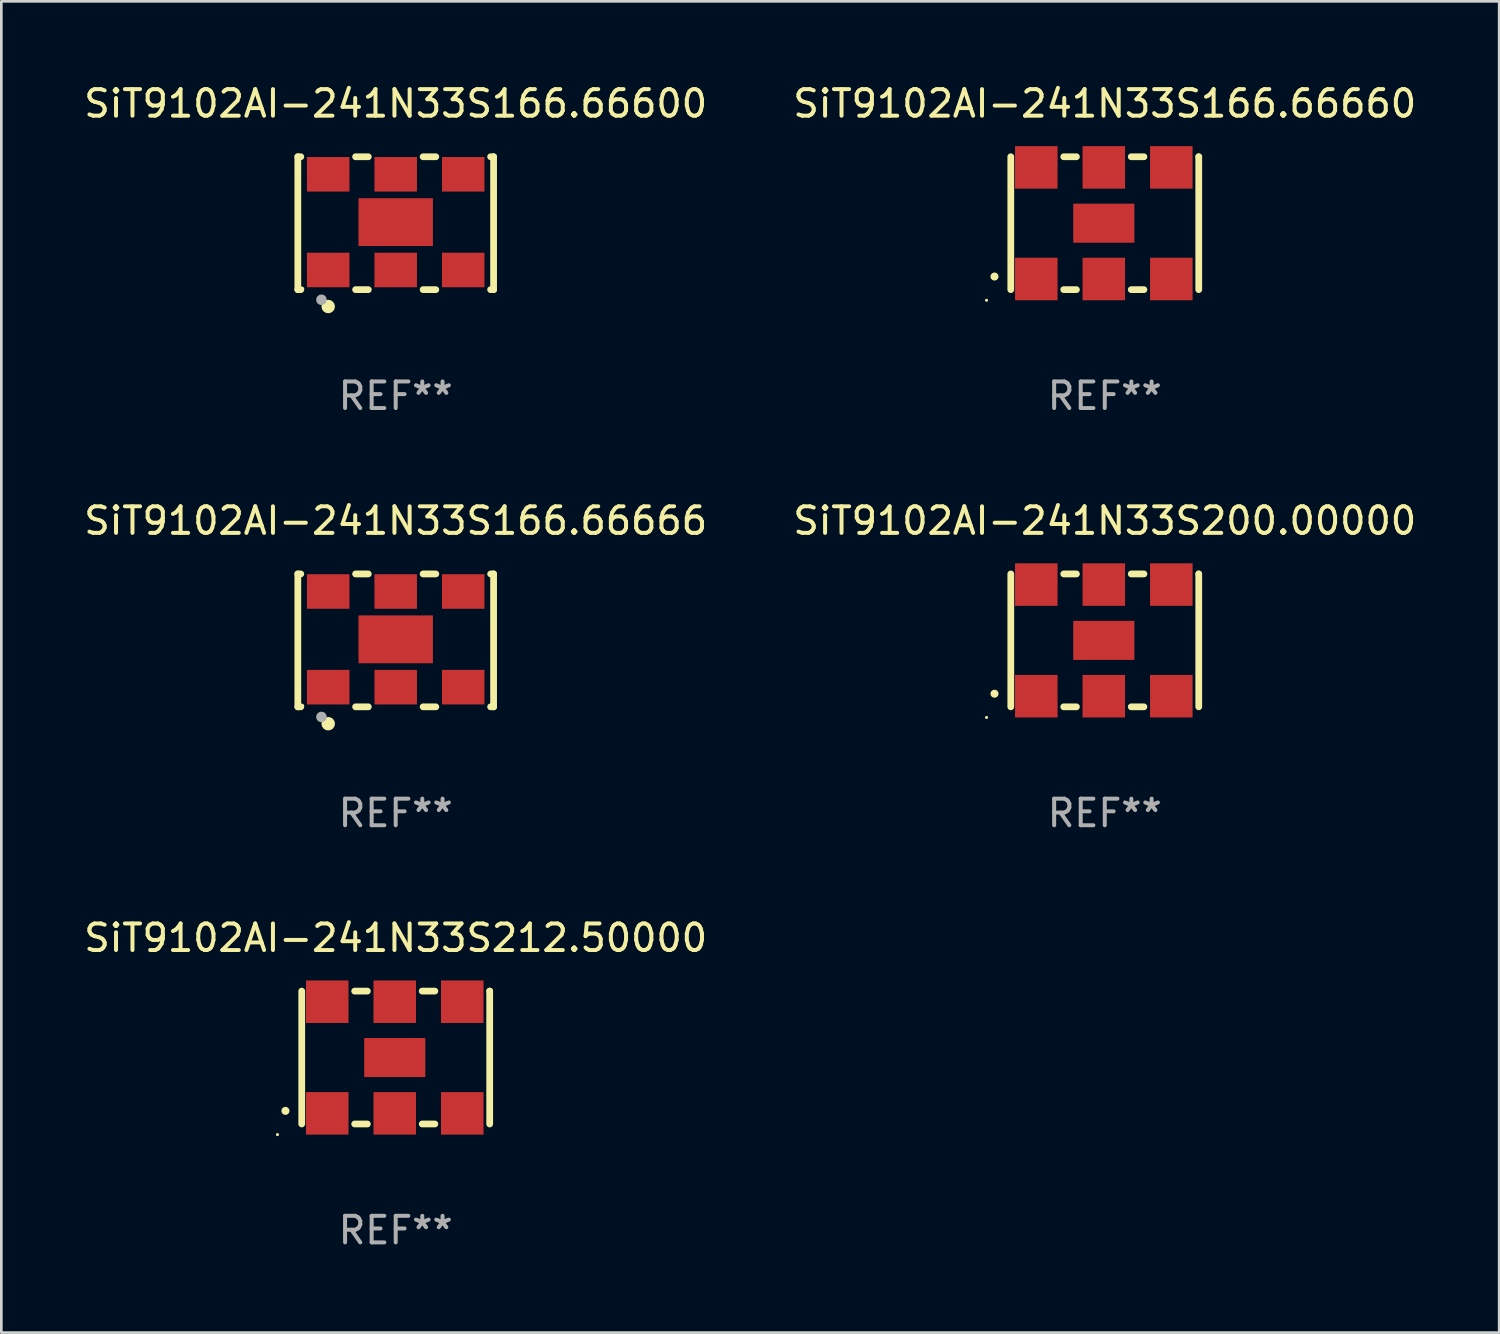
<source format=kicad_pcb>
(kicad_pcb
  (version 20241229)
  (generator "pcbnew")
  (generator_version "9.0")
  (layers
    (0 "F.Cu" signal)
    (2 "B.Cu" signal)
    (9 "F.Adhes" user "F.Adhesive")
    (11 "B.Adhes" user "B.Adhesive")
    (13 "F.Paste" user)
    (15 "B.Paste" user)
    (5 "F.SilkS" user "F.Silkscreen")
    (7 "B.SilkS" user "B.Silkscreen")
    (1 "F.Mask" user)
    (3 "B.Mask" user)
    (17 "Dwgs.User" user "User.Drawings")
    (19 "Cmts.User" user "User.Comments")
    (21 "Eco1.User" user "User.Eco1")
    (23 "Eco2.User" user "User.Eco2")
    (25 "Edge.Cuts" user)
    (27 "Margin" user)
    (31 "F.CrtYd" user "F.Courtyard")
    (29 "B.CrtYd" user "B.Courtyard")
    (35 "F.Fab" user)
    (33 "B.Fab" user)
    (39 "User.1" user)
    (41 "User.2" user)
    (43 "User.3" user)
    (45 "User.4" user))
  (footprint "SiT9102AI-241N33S166.66600"
    (layer "F.Cu")
    (at 11.839 5.348)
    (property "Reference" "SiT9102AI-241N33S166.66600" (at 0 -4.5 0) (layer "F.SilkS") (effects (font (size 1 1) (thickness 0.15))))
    (attr through_hole)
    (fp_line (start -3.683 -2.5) (end -3.571 -2.5) (stroke (width 0.254) (type solid)) (layer "F.SilkS"))
    (fp_line (start -3.683 2.5) (end -3.683 -2.5) (stroke (width 0.254) (type solid)) (layer "F.SilkS"))
    (fp_line (start -3.683 2.5) (end -3.571 2.5) (stroke (width 0.254) (type solid)) (layer "F.SilkS"))
    (fp_line (start -1.509 -2.5) (end -1.031 -2.5) (stroke (width 0.254) (type solid)) (layer "F.SilkS"))
    (fp_line (start -1.509 2.5) (end -1.031 2.5) (stroke (width 0.254) (type solid)) (layer "F.SilkS"))
    (fp_line (start 1.031 -2.5) (end 1.509 -2.5) (stroke (width 0.254) (type solid)) (layer "F.SilkS"))
    (fp_line (start 1.031 2.5) (end 1.509 2.5) (stroke (width 0.254) (type solid)) (layer "F.SilkS"))
    (fp_line (start 3.571 -2.5) (end 3.683 -2.5) (stroke (width 0.254) (type solid)) (layer "F.SilkS"))
    (fp_line (start 3.571 2.5) (end 3.683 2.5) (stroke (width 0.254) (type solid)) (layer "F.SilkS"))
    (fp_line (start 3.683 2.5) (end 3.683 -2.5) (stroke (width 0.254) (type solid)) (layer "F.SilkS"))
    (fp_circle (center -3.5 2.46) (end -3.47 2.46) (stroke (width 0.06) (type solid)) (fill no) (layer "F.SilkS"))
    (fp_circle (center -2.54 3.135) (end -2.413 3.135) (stroke (width 0.254) (type solid)) (fill no) (layer "F.SilkS"))
    (fp_circle (center -2.794 2.881) (end -2.694 2.881) (stroke (width 0.2) (type solid)) (fill no) (layer "F.Fab"))
    (fp_text user "REF**" (at 0 6.5 0) (layer "F.Fab") (effects (font (size 1 1) (thickness 0.15))))
    (pad "1" smd rect (at -2.54 1.76) (size 1.6 1.3) (layers "F.Cu" "F.Mask" "F.Paste"))
    (pad "2" smd rect (at 0 1.76) (size 1.6 1.3) (layers "F.Cu" "F.Mask" "F.Paste"))
    (pad "3" smd rect (at 2.54 1.76) (size 1.6 1.3) (layers "F.Cu" "F.Mask" "F.Paste"))
    (pad "4" smd rect (at 2.54 -1.84) (size 1.6 1.3) (layers "F.Cu" "F.Mask" "F.Paste"))
    (pad "5" smd rect (at 0 -1.84) (size 1.6 1.3) (layers "F.Cu" "F.Mask" "F.Paste"))
    (pad "6" smd rect (at -2.54 -1.84) (size 1.6 1.3) (layers "F.Cu" "F.Mask" "F.Paste"))
    (pad "7" smd rect (at 0 -0.04) (size 2.8 1.8) (layers "F.Cu" "F.Mask" "F.Paste")))
  (footprint "SiT9102AI-241N33S200.00000"
    (layer "F.Cu")
    (at 38.518 21.045)
    (property "Reference" "SiT9102AI-241N33S200.00000" (at 0 -4.5 0) (layer "F.SilkS") (effects (font (size 1 1) (thickness 0.15))))
    (attr through_hole)
    (fp_line (start -3.536 -2.5) (end -3.536 2.5) (stroke (width 0.254) (type solid)) (layer "F.SilkS"))
    (fp_line (start -1.544 2.5) (end -1.067 2.5) (stroke (width 0.254) (type solid)) (layer "F.SilkS"))
    (fp_line (start -1.067 -2.5) (end -1.544 -2.5) (stroke (width 0.254) (type solid)) (layer "F.SilkS"))
    (fp_line (start 0.996 2.5) (end 1.473 2.5) (stroke (width 0.254) (type solid)) (layer "F.SilkS"))
    (fp_line (start 1.473 -2.5) (end 0.996 -2.5) (stroke (width 0.254) (type solid)) (layer "F.SilkS"))
    (fp_line (start 3.536 -2.5) (end 3.536 -2.5) (stroke (width 0.254) (type solid)) (layer "F.SilkS"))
    (fp_line (start 3.536 2.5) (end 3.536 -2.5) (stroke (width 0.254) (type solid)) (layer "F.SilkS"))
    (fp_arc (start -4.150432 2.006604) (mid -4.149162 2.006599) (end -4.147892 2.006604) (stroke (width 0.3) (type solid)) (layer "F.SilkS"))
    (fp_circle (center -4.449 2.9) (end -4.419 2.9) (stroke (width 0.06) (type solid)) (fill no) (layer "F.SilkS"))
    (fp_text user "REF**" (at 0 6.5 0) (layer "F.Fab") (effects (font (size 1 1) (thickness 0.15))))
    (pad "1" smd rect (at -2.576 2.1) (size 1.6 1.6) (layers "F.Cu" "F.Mask" "F.Paste"))
    (pad "2" smd rect (at -0.036 2.1) (size 1.6 1.6) (layers "F.Cu" "F.Mask" "F.Paste"))
    (pad "3" smd rect (at 2.504 2.1) (size 1.6 1.6) (layers "F.Cu" "F.Mask" "F.Paste"))
    (pad "4" smd rect (at 2.504 -2.1) (size 1.6 1.6) (layers "F.Cu" "F.Mask" "F.Paste"))
    (pad "5" smd rect (at -0.036 -2.1) (size 1.6 1.6) (layers "F.Cu" "F.Mask" "F.Paste"))
    (pad "6" smd rect (at -2.576 -2.1) (size 1.6 1.6) (layers "F.Cu" "F.Mask" "F.Paste"))
    (pad "7" smd rect (at -0.036 0) (size 2.3 1.47) (layers "F.Cu" "F.Mask" "F.Paste")))
  (footprint "SiT9102AI-241N33S166.66666"
    (layer "F.Cu")
    (at 11.839 21.045)
    (property "Reference" "SiT9102AI-241N33S166.66666" (at 0 -4.5 0) (layer "F.SilkS") (effects (font (size 1 1) (thickness 0.15))))
    (attr through_hole)
    (fp_line (start -3.683 -2.5) (end -3.571 -2.5) (stroke (width 0.254) (type solid)) (layer "F.SilkS"))
    (fp_line (start -3.683 2.5) (end -3.683 -2.5) (stroke (width 0.254) (type solid)) (layer "F.SilkS"))
    (fp_line (start -3.683 2.5) (end -3.571 2.5) (stroke (width 0.254) (type solid)) (layer "F.SilkS"))
    (fp_line (start -1.509 -2.5) (end -1.031 -2.5) (stroke (width 0.254) (type solid)) (layer "F.SilkS"))
    (fp_line (start -1.509 2.5) (end -1.031 2.5) (stroke (width 0.254) (type solid)) (layer "F.SilkS"))
    (fp_line (start 1.031 -2.5) (end 1.509 -2.5) (stroke (width 0.254) (type solid)) (layer "F.SilkS"))
    (fp_line (start 1.031 2.5) (end 1.509 2.5) (stroke (width 0.254) (type solid)) (layer "F.SilkS"))
    (fp_line (start 3.571 -2.5) (end 3.683 -2.5) (stroke (width 0.254) (type solid)) (layer "F.SilkS"))
    (fp_line (start 3.571 2.5) (end 3.683 2.5) (stroke (width 0.254) (type solid)) (layer "F.SilkS"))
    (fp_line (start 3.683 2.5) (end 3.683 -2.5) (stroke (width 0.254) (type solid)) (layer "F.SilkS"))
    (fp_circle (center -3.5 2.46) (end -3.47 2.46) (stroke (width 0.06) (type solid)) (fill no) (layer "F.SilkS"))
    (fp_circle (center -2.54 3.135) (end -2.413 3.135) (stroke (width 0.254) (type solid)) (fill no) (layer "F.SilkS"))
    (fp_circle (center -2.794 2.881) (end -2.694 2.881) (stroke (width 0.2) (type solid)) (fill no) (layer "F.Fab"))
    (fp_text user "REF**" (at 0 6.5 0) (layer "F.Fab") (effects (font (size 1 1) (thickness 0.15))))
    (pad "1" smd rect (at -2.54 1.76) (size 1.6 1.3) (layers "F.Cu" "F.Mask" "F.Paste"))
    (pad "2" smd rect (at 0 1.76) (size 1.6 1.3) (layers "F.Cu" "F.Mask" "F.Paste"))
    (pad "3" smd rect (at 2.54 1.76) (size 1.6 1.3) (layers "F.Cu" "F.Mask" "F.Paste"))
    (pad "4" smd rect (at 2.54 -1.84) (size 1.6 1.3) (layers "F.Cu" "F.Mask" "F.Paste"))
    (pad "5" smd rect (at 0 -1.84) (size 1.6 1.3) (layers "F.Cu" "F.Mask" "F.Paste"))
    (pad "6" smd rect (at -2.54 -1.84) (size 1.6 1.3) (layers "F.Cu" "F.Mask" "F.Paste"))
    (pad "7" smd rect (at 0 -0.04) (size 2.8 1.8) (layers "F.Cu" "F.Mask" "F.Paste")))
  (footprint "SiT9102AI-241N33S212.50000"
    (layer "F.Cu")
    (at 11.839 36.741)
    (property "Reference" "SiT9102AI-241N33S212.50000" (at 0 -4.5 0) (layer "F.SilkS") (effects (font (size 1 1) (thickness 0.15))))
    (attr through_hole)
    (fp_line (start -3.536 -2.5) (end -3.536 2.5) (stroke (width 0.254) (type solid)) (layer "F.SilkS"))
    (fp_line (start -1.544 2.5) (end -1.067 2.5) (stroke (width 0.254) (type solid)) (layer "F.SilkS"))
    (fp_line (start -1.067 -2.5) (end -1.544 -2.5) (stroke (width 0.254) (type solid)) (layer "F.SilkS"))
    (fp_line (start 0.996 2.5) (end 1.473 2.5) (stroke (width 0.254) (type solid)) (layer "F.SilkS"))
    (fp_line (start 1.473 -2.5) (end 0.996 -2.5) (stroke (width 0.254) (type solid)) (layer "F.SilkS"))
    (fp_line (start 3.536 -2.5) (end 3.536 -2.5) (stroke (width 0.254) (type solid)) (layer "F.SilkS"))
    (fp_line (start 3.536 2.5) (end 3.536 -2.5) (stroke (width 0.254) (type solid)) (layer "F.SilkS"))
    (fp_arc (start -4.150432 2.006604) (mid -4.149162 2.006599) (end -4.147892 2.006604) (stroke (width 0.3) (type solid)) (layer "F.SilkS"))
    (fp_circle (center -4.449 2.9) (end -4.419 2.9) (stroke (width 0.06) (type solid)) (fill no) (layer "F.SilkS"))
    (fp_text user "REF**" (at 0 6.5 0) (layer "F.Fab") (effects (font (size 1 1) (thickness 0.15))))
    (pad "1" smd rect (at -2.576 2.1) (size 1.6 1.6) (layers "F.Cu" "F.Mask" "F.Paste"))
    (pad "2" smd rect (at -0.036 2.1) (size 1.6 1.6) (layers "F.Cu" "F.Mask" "F.Paste"))
    (pad "3" smd rect (at 2.504 2.1) (size 1.6 1.6) (layers "F.Cu" "F.Mask" "F.Paste"))
    (pad "4" smd rect (at 2.504 -2.1) (size 1.6 1.6) (layers "F.Cu" "F.Mask" "F.Paste"))
    (pad "5" smd rect (at -0.036 -2.1) (size 1.6 1.6) (layers "F.Cu" "F.Mask" "F.Paste"))
    (pad "6" smd rect (at -2.576 -2.1) (size 1.6 1.6) (layers "F.Cu" "F.Mask" "F.Paste"))
    (pad "7" smd rect (at -0.036 0) (size 2.3 1.47) (layers "F.Cu" "F.Mask" "F.Paste")))
  (footprint "SiT9102AI-241N33S166.66660"
    (layer "F.Cu")
    (at 38.518 5.348)
    (property "Reference" "SiT9102AI-241N33S166.66660" (at 0 -4.5 0) (layer "F.SilkS") (effects (font (size 1 1) (thickness 0.15))))
    (attr through_hole)
    (fp_line (start -3.536 -2.5) (end -3.536 2.5) (stroke (width 0.254) (type solid)) (layer "F.SilkS"))
    (fp_line (start -1.544 2.5) (end -1.067 2.5) (stroke (width 0.254) (type solid)) (layer "F.SilkS"))
    (fp_line (start -1.067 -2.5) (end -1.544 -2.5) (stroke (width 0.254) (type solid)) (layer "F.SilkS"))
    (fp_line (start 0.996 2.5) (end 1.473 2.5) (stroke (width 0.254) (type solid)) (layer "F.SilkS"))
    (fp_line (start 1.473 -2.5) (end 0.996 -2.5) (stroke (width 0.254) (type solid)) (layer "F.SilkS"))
    (fp_line (start 3.536 -2.5) (end 3.536 -2.5) (stroke (width 0.254) (type solid)) (layer "F.SilkS"))
    (fp_line (start 3.536 2.5) (end 3.536 -2.5) (stroke (width 0.254) (type solid)) (layer "F.SilkS"))
    (fp_arc (start -4.150432 2.006604) (mid -4.149162 2.006599) (end -4.147892 2.006604) (stroke (width 0.3) (type solid)) (layer "F.SilkS"))
    (fp_circle (center -4.449 2.9) (end -4.419 2.9) (stroke (width 0.06) (type solid)) (fill no) (layer "F.SilkS"))
    (fp_text user "REF**" (at 0 6.5 0) (layer "F.Fab") (effects (font (size 1 1) (thickness 0.15))))
    (pad "1" smd rect (at -2.576 2.1) (size 1.6 1.6) (layers "F.Cu" "F.Mask" "F.Paste"))
    (pad "2" smd rect (at -0.036 2.1) (size 1.6 1.6) (layers "F.Cu" "F.Mask" "F.Paste"))
    (pad "3" smd rect (at 2.504 2.1) (size 1.6 1.6) (layers "F.Cu" "F.Mask" "F.Paste"))
    (pad "4" smd rect (at 2.504 -2.1) (size 1.6 1.6) (layers "F.Cu" "F.Mask" "F.Paste"))
    (pad "5" smd rect (at -0.036 -2.1) (size 1.6 1.6) (layers "F.Cu" "F.Mask" "F.Paste"))
    (pad "6" smd rect (at -2.576 -2.1) (size 1.6 1.6) (layers "F.Cu" "F.Mask" "F.Paste"))
    (pad "7" smd rect (at -0.036 0) (size 2.3 1.47) (layers "F.Cu" "F.Mask" "F.Paste")))
  (gr_rect
    (start -3 -3)
    (end 53.357 47.09)
    (stroke (width 0.1) (type default))
    (fill no)
    (layer "Edge.Cuts")))
</source>
